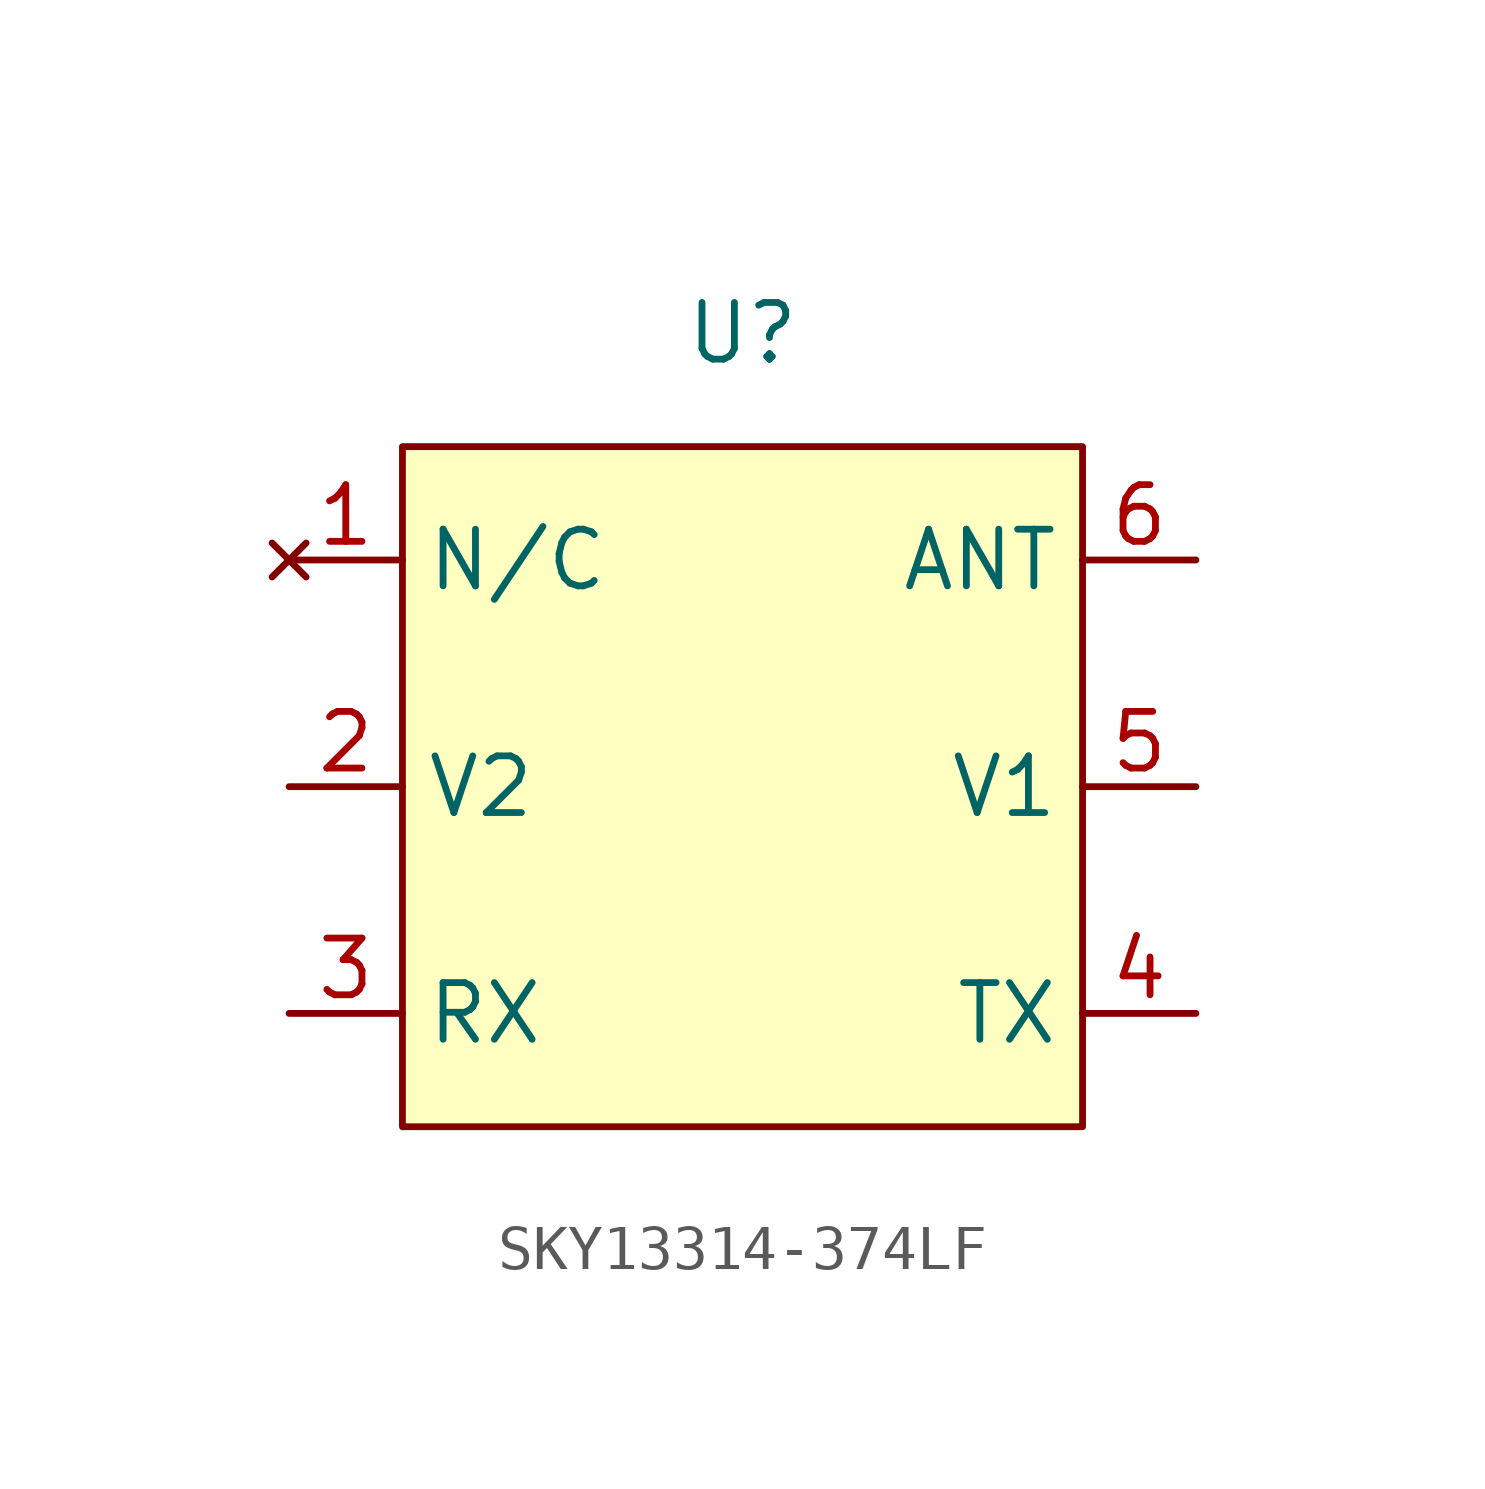
<source format=kicad_sym>
(kicad_symbol_lib
  (version 20220914)
  (generator kicad_symbol_editor)
  (symbol "SKY13314-374LF"
    (property "Reference" "U"
      (at 0 10.16 0)
      (effects (font (size 1.27 1.27))))
    (property "Value" ""
      (at 0 11.43 0)
      (effects (font (size 1.27 1.27))))
    (symbol "SKY13314-374LF_1_1"
      (rectangle (start -7.62 7.62) (end 7.62 -7.62) (stroke (width 0) (type default)) (fill (type background)))
      (pin no_connect line (at -10.16 5.08 0) (length 2.54) (name "N/C" (effects (font (size 1.27 1.27)))) (number "1" (effects (font (size 1.27 1.27)))))
      (pin input line (at -10.16 0 0) (length 2.54) (name "V2" (effects (font (size 1.27 1.27)))) (number "2" (effects (font (size 1.27 1.27)))))
      (pin output line (at -10.16 -5.08 0) (length 2.54) (name "RX" (effects (font (size 1.27 1.27)))) (number "3" (effects (font (size 1.27 1.27)))))
      (pin output line (at 10.16 -5.08 180) (length 2.54) (name "TX" (effects (font (size 1.27 1.27)))) (number "4" (effects (font (size 1.27 1.27)))))
      (pin input line (at 10.16 0 180) (length 2.54) (name "V1" (effects (font (size 1.27 1.27)))) (number "5" (effects (font (size 1.27 1.27)))))
      (pin input line (at 10.16 5.08 180) (length 2.54) (name "ANT" (effects (font (size 1.27 1.27)))) (number "6" (effects (font (size 1.27 1.27))))))))
</source>
